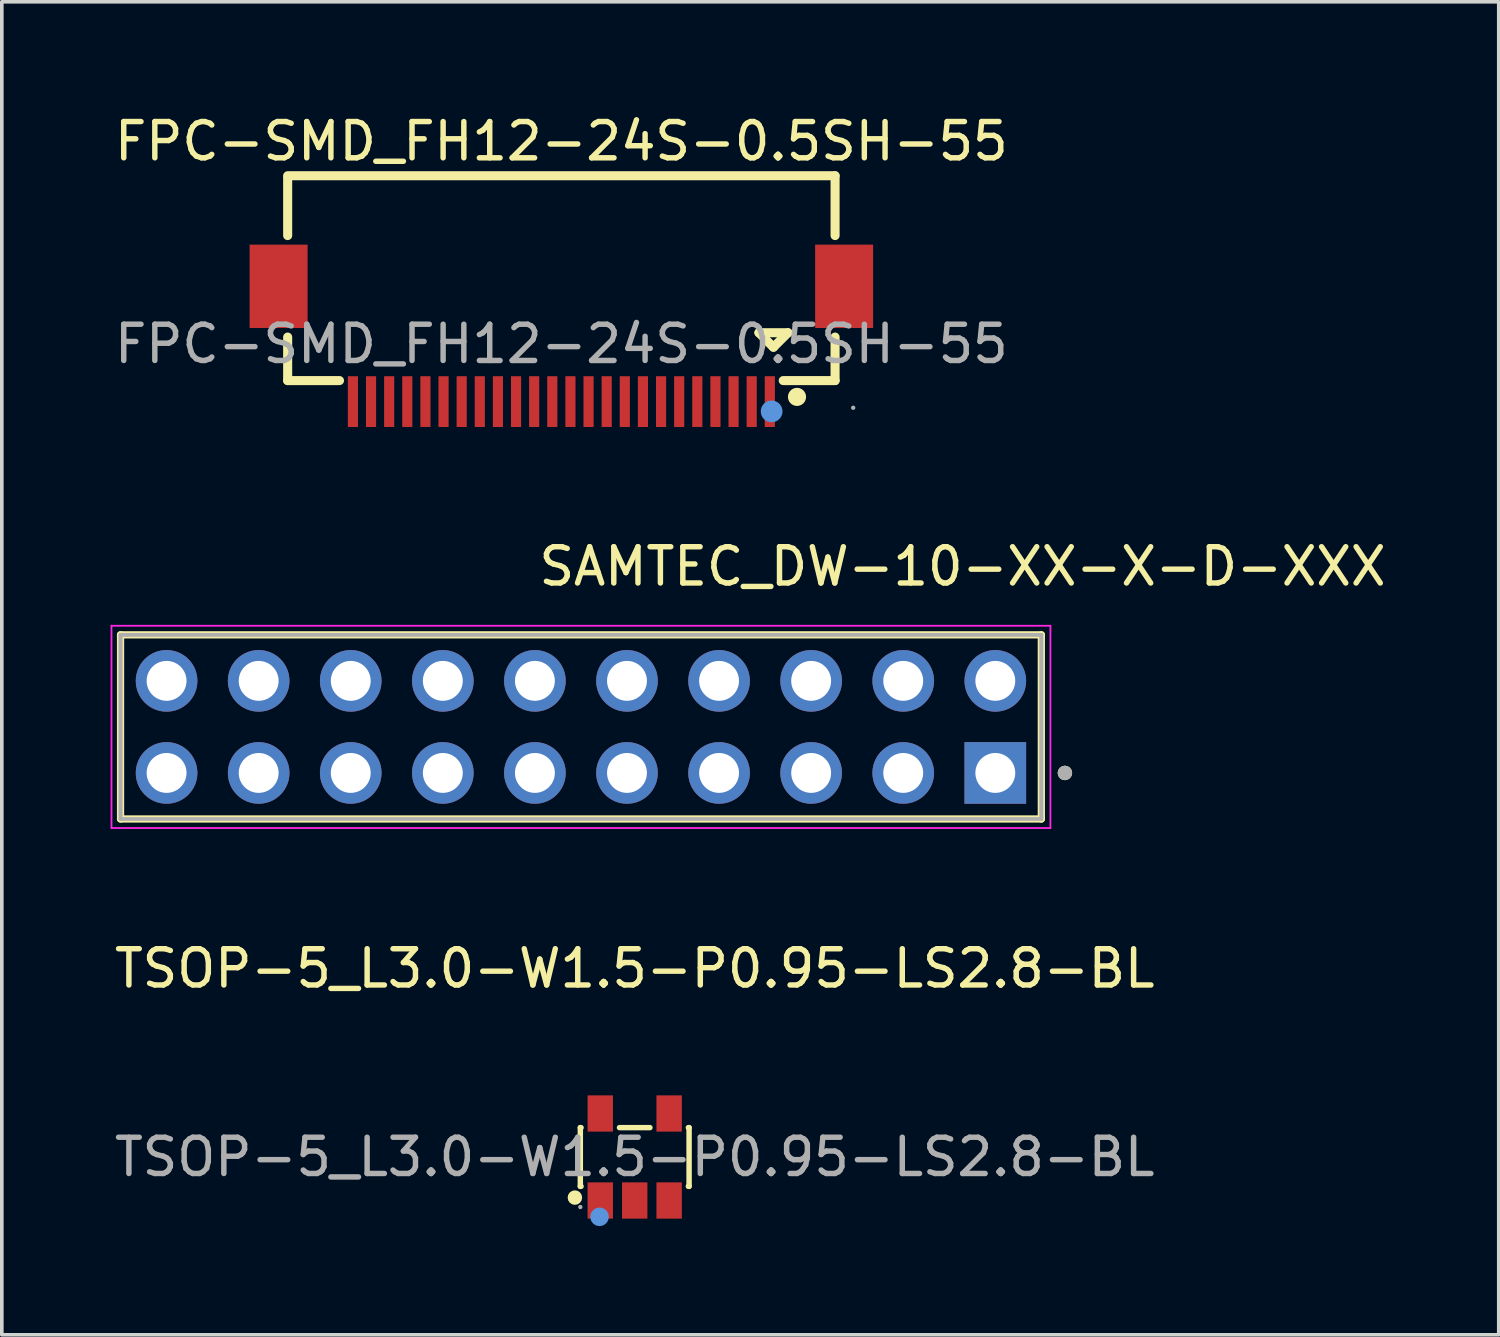
<source format=kicad_pcb>
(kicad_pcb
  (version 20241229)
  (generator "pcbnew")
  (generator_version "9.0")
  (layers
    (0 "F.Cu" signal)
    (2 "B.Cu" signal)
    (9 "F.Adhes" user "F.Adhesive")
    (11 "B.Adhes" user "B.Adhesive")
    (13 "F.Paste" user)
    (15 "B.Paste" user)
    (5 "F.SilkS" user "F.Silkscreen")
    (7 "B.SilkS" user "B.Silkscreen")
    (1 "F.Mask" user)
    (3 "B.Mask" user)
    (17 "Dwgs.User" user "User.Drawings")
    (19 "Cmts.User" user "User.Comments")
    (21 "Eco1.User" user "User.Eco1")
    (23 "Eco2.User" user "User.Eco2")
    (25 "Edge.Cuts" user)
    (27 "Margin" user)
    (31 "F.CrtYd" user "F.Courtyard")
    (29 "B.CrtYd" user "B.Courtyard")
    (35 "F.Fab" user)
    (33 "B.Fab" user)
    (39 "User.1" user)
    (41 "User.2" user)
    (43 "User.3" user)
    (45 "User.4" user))
  (footprint "TSOP-5_L3.0-W1.5-P0.95-LS2.8-BL"
    (layer "F.Cu")
    (at 14.458 28.865)
    (property "Reference" "TSOP-5_L3.0-W1.5-P0.95-LS2.8-BL" (at 0 -5.2 0) (layer "F.SilkS") (effects (font (size 1 1) (thickness 0.15))))
    (attr through_hole)
    (fp_line (start -1.5 -0.81) (end -1.48 -0.81) (stroke (width 0.15) (type solid)) (layer "F.SilkS"))
    (fp_line (start -1.5 0.81) (end -1.5 -0.81) (stroke (width 0.15) (type solid)) (layer "F.SilkS"))
    (fp_line (start -1.48 0.81) (end -1.5 0.81) (stroke (width 0.15) (type solid)) (layer "F.SilkS"))
    (fp_line (start -0.42 -0.81) (end 0.42 -0.81) (stroke (width 0.15) (type solid)) (layer "F.SilkS"))
    (fp_line (start 1.48 -0.81) (end 1.5 -0.81) (stroke (width 0.15) (type solid)) (layer "F.SilkS"))
    (fp_line (start 1.5 -0.81) (end 1.5 0.81) (stroke (width 0.15) (type solid)) (layer "F.SilkS"))
    (fp_line (start 1.5 0.81) (end 1.48 0.81) (stroke (width 0.15) (type solid)) (layer "F.SilkS"))
    (fp_circle (center -1.65 1.12) (end -1.55 1.12) (stroke (width 0.2) (type solid)) (fill no) (layer "F.SilkS"))
    (fp_circle (center -0.97 1.65) (end -0.84 1.65) (stroke (width 0.25) (type solid)) (fill no) (layer "Cmts.User"))
    (fp_circle (center -1.5 1.38) (end -1.47 1.38) (stroke (width 0.06) (type solid)) (fill no) (layer "F.Fab"))
    (fp_text user "${REFERENCE}" (at 0 0 0) (layer "F.Fab") (effects (font (size 1 1) (thickness 0.15))))
    (pad "1" smd rect (at -0.95 1.2) (size 0.7 1) (layers "F.Cu" "F.Mask" "F.Paste"))
    (pad "2" smd rect (at 0 1.2) (size 0.7 1) (layers "F.Cu" "F.Mask" "F.Paste"))
    (pad "3" smd rect (at 0.95 1.2) (size 0.7 1) (layers "F.Cu" "F.Mask" "F.Paste"))
    (pad "4" smd rect (at 0.95 -1.2) (size 0.7 1) (layers "F.Cu" "F.Mask" "F.Paste"))
    (pad "5" smd rect (at -0.95 -1.2) (size 0.7 1) (layers "F.Cu" "F.Mask" "F.Paste")))
  (footprint "SAMTEC_DW-10-XX-X-D-XXX"
    (layer "F.Cu")
    (at 24.405 18.271)
    (property "Reference" "SAMTEC_DW-10-XX-X-D-XXX" (at -0.905 -5.695 0) (layer "F.SilkS") (effects (font (size 1 1) (thickness 0.15))))
    (attr through_hole)
    (fp_line (start -24.13 -3.81) (end -24.13 1.27) (stroke (width 0.2) (type solid)) (layer "F.SilkS"))
    (fp_line (start -24.13 -3.81) (end 1.27 -3.81) (stroke (width 0.2) (type solid)) (layer "F.SilkS"))
    (fp_line (start -24.13 1.27) (end 1.27 1.27) (stroke (width 0.2) (type solid)) (layer "F.SilkS"))
    (fp_line (start 1.27 1.27) (end 1.27 -3.81) (stroke (width 0.2) (type solid)) (layer "F.SilkS"))
    (fp_circle (center 1.92 0) (end 1.82 0) (stroke (width 0.2) (type solid)) (fill no) (layer "F.SilkS"))
    (fp_line (start -24.38 -4.06) (end -24.38 1.52) (stroke (width 0.05) (type solid)) (layer "F.CrtYd"))
    (fp_line (start -24.38 1.52) (end 1.52 1.52) (stroke (width 0.05) (type solid)) (layer "F.CrtYd"))
    (fp_line (start 1.52 -4.06) (end -24.38 -4.06) (stroke (width 0.05) (type solid)) (layer "F.CrtYd"))
    (fp_line (start 1.52 1.52) (end 1.52 -4.06) (stroke (width 0.05) (type solid)) (layer "F.CrtYd"))
    (fp_line (start -24.13 -3.81) (end -24.13 1.27) (stroke (width 0.1) (type solid)) (layer "F.Fab"))
    (fp_line (start -24.13 -3.81) (end -24.13 1.27) (stroke (width 0.1) (type solid)) (layer "F.Fab"))
    (fp_line (start -24.13 1.27) (end 1.27 1.27) (stroke (width 0.1) (type solid)) (layer "F.Fab"))
    (fp_line (start 1.27 -3.81) (end -24.13 -3.81) (stroke (width 0.1) (type solid)) (layer "F.Fab"))
    (fp_line (start 1.27 -3.81) (end -24.13 -3.81) (stroke (width 0.1) (type solid)) (layer "F.Fab"))
    (fp_line (start 1.27 1.27) (end 1.27 -3.81) (stroke (width 0.1) (type solid)) (layer "F.Fab"))
    (fp_line (start 1.27 1.27) (end 1.27 -3.81) (stroke (width 0.1) (type solid)) (layer "F.Fab"))
    (fp_circle (center 1.92 0) (end 1.82 0) (stroke (width 0.2) (type solid)) (fill no) (layer "F.Fab"))
    (pad "1" thru_hole rect (at 0 0) (size 1.7 1.7) (drill 1.1) (layers "*.Cu" "*.Mask"))
    (pad "2" thru_hole circle (at 0 -2.54) (size 1.7 1.7) (drill 1.1) (layers "*.Cu" "*.Mask"))
    (pad "3" thru_hole circle (at -2.54 0) (size 1.7 1.7) (drill 1.1) (layers "*.Cu" "*.Mask"))
    (pad "4" thru_hole circle (at -2.54 -2.54) (size 1.7 1.7) (drill 1.1) (layers "*.Cu" "*.Mask"))
    (pad "5" thru_hole circle (at -5.08 0) (size 1.7 1.7) (drill 1.1) (layers "*.Cu" "*.Mask"))
    (pad "6" thru_hole circle (at -5.08 -2.54) (size 1.7 1.7) (drill 1.1) (layers "*.Cu" "*.Mask"))
    (pad "7" thru_hole circle (at -7.62 0) (size 1.7 1.7) (drill 1.1) (layers "*.Cu" "*.Mask"))
    (pad "8" thru_hole circle (at -7.62 -2.54) (size 1.7 1.7) (drill 1.1) (layers "*.Cu" "*.Mask"))
    (pad "9" thru_hole circle (at -10.16 0) (size 1.7 1.7) (drill 1.1) (layers "*.Cu" "*.Mask"))
    (pad "10" thru_hole circle (at -10.16 -2.54) (size 1.7 1.7) (drill 1.1) (layers "*.Cu" "*.Mask"))
    (pad "11" thru_hole circle (at -12.7 0) (size 1.7 1.7) (drill 1.1) (layers "*.Cu" "*.Mask"))
    (pad "12" thru_hole circle (at -12.7 -2.54) (size 1.7 1.7) (drill 1.1) (layers "*.Cu" "*.Mask"))
    (pad "13" thru_hole circle (at -15.24 0) (size 1.7 1.7) (drill 1.1) (layers "*.Cu" "*.Mask"))
    (pad "14" thru_hole circle (at -15.24 -2.54) (size 1.7 1.7) (drill 1.1) (layers "*.Cu" "*.Mask"))
    (pad "15" thru_hole circle (at -17.78 0) (size 1.7 1.7) (drill 1.1) (layers "*.Cu" "*.Mask"))
    (pad "16" thru_hole circle (at -17.78 -2.54) (size 1.7 1.7) (drill 1.1) (layers "*.Cu" "*.Mask"))
    (pad "17" thru_hole circle (at -20.32 0) (size 1.7 1.7) (drill 1.1) (layers "*.Cu" "*.Mask"))
    (pad "18" thru_hole circle (at -20.32 -2.54) (size 1.7 1.7) (drill 1.1) (layers "*.Cu" "*.Mask"))
    (pad "19" thru_hole circle (at -22.86 0) (size 1.7 1.7) (drill 1.1) (layers "*.Cu" "*.Mask"))
    (pad "20" thru_hole circle (at -22.86 -2.54) (size 1.7 1.7) (drill 1.1) (layers "*.Cu" "*.Mask")))
  (footprint "FPC-SMD_FH12-24S-0.5SH-55"
    (layer "F.Cu")
    (at 12.435 6.438)
    (property "Reference" "FPC-SMD_FH12-24S-0.5SH-55" (at 0 -5.59 0) (layer "F.SilkS") (effects (font (size 1 1) (thickness 0.15))))
    (attr through_hole)
    (fp_line (start -7.55 -4.64) (end 7.55 -4.64) (stroke (width 0.25) (type solid)) (layer "F.SilkS"))
    (fp_line (start -7.55 -2.99) (end -7.55 -4.59) (stroke (width 0.25) (type solid)) (layer "F.SilkS"))
    (fp_line (start -7.55 1.01) (end -7.55 -0.19) (stroke (width 0.25) (type solid)) (layer "F.SilkS"))
    (fp_line (start -6.12 1.01) (end -7.55 1.01) (stroke (width 0.25) (type solid)) (layer "F.SilkS"))
    (fp_line (start 5.45 -0.31) (end 6.25 -0.31) (stroke (width 0.25) (type solid)) (layer "F.SilkS"))
    (fp_line (start 5.85 0.09) (end 5.45 -0.31) (stroke (width 0.25) (type solid)) (layer "F.SilkS"))
    (fp_line (start 6.25 -0.31) (end 5.85 0.09) (stroke (width 0.25) (type solid)) (layer "F.SilkS"))
    (fp_line (start 7.55 -4.64) (end 7.55 -2.99) (stroke (width 0.25) (type solid)) (layer "F.SilkS"))
    (fp_line (start 7.55 -0.19) (end 7.55 1.01) (stroke (width 0.25) (type solid)) (layer "F.SilkS"))
    (fp_line (start 7.55 1.01) (end 6.12 1.01) (stroke (width 0.25) (type solid)) (layer "F.SilkS"))
    (fp_arc (start 6.5 1.46) (mid 6.5 1.46) (end 6.5 1.46) (stroke (width 0.25) (type solid)) (layer "F.SilkS"))
    (fp_circle (center 5.8 1.86) (end 5.95 1.86) (stroke (width 0.3) (type solid)) (fill no) (layer "Cmts.User"))
    (fp_circle (center 8.05 1.76) (end 8.08 1.76) (stroke (width 0.06) (type solid)) (fill no) (layer "F.Fab"))
    (fp_text user "${REFERENCE}" (at 0 0 0) (layer "F.Fab") (effects (font (size 1 1) (thickness 0.15))))
    (pad "1" smd rect (at 5.75 1.59) (size 0.28 1.4) (layers "F.Cu" "F.Mask" "F.Paste"))
    (pad "2" smd rect (at 5.25 1.59) (size 0.28 1.4) (layers "F.Cu" "F.Mask" "F.Paste"))
    (pad "3" smd rect (at 4.75 1.59) (size 0.28 1.4) (layers "F.Cu" "F.Mask" "F.Paste"))
    (pad "4" smd rect (at 4.25 1.59) (size 0.28 1.4) (layers "F.Cu" "F.Mask" "F.Paste"))
    (pad "5" smd rect (at 3.75 1.59) (size 0.28 1.4) (layers "F.Cu" "F.Mask" "F.Paste"))
    (pad "6" smd rect (at 3.25 1.59) (size 0.28 1.4) (layers "F.Cu" "F.Mask" "F.Paste"))
    (pad "7" smd rect (at 2.75 1.59) (size 0.28 1.4) (layers "F.Cu" "F.Mask" "F.Paste"))
    (pad "8" smd rect (at 2.25 1.59) (size 0.28 1.4) (layers "F.Cu" "F.Mask" "F.Paste"))
    (pad "9" smd rect (at 1.75 1.59) (size 0.28 1.4) (layers "F.Cu" "F.Mask" "F.Paste"))
    (pad "10" smd rect (at 1.25 1.59) (size 0.28 1.4) (layers "F.Cu" "F.Mask" "F.Paste"))
    (pad "11" smd rect (at 0.75 1.59) (size 0.28 1.4) (layers "F.Cu" "F.Mask" "F.Paste"))
    (pad "12" smd rect (at 0.25 1.59) (size 0.28 1.4) (layers "F.Cu" "F.Mask" "F.Paste"))
    (pad "13" smd rect (at -0.25 1.59) (size 0.28 1.4) (layers "F.Cu" "F.Mask" "F.Paste"))
    (pad "14" smd rect (at -0.75 1.59) (size 0.28 1.4) (layers "F.Cu" "F.Mask" "F.Paste"))
    (pad "15" smd rect (at -1.25 1.59) (size 0.28 1.4) (layers "F.Cu" "F.Mask" "F.Paste"))
    (pad "16" smd rect (at -1.75 1.59) (size 0.28 1.4) (layers "F.Cu" "F.Mask" "F.Paste"))
    (pad "17" smd rect (at -2.25 1.59) (size 0.28 1.4) (layers "F.Cu" "F.Mask" "F.Paste"))
    (pad "18" smd rect (at -2.75 1.59) (size 0.28 1.4) (layers "F.Cu" "F.Mask" "F.Paste"))
    (pad "19" smd rect (at -3.25 1.59) (size 0.28 1.4) (layers "F.Cu" "F.Mask" "F.Paste"))
    (pad "20" smd rect (at -3.75 1.59) (size 0.28 1.4) (layers "F.Cu" "F.Mask" "F.Paste"))
    (pad "21" smd rect (at -4.25 1.59) (size 0.28 1.4) (layers "F.Cu" "F.Mask" "F.Paste"))
    (pad "22" smd rect (at -4.75 1.59) (size 0.28 1.4) (layers "F.Cu" "F.Mask" "F.Paste"))
    (pad "23" smd rect (at -5.25 1.59) (size 0.28 1.4) (layers "F.Cu" "F.Mask" "F.Paste"))
    (pad "24" smd rect (at -5.75 1.59) (size 0.28 1.4) (layers "F.Cu" "F.Mask" "F.Paste"))
    (pad "25" smd rect (at 7.8 -1.59) (size 1.6 2.3) (layers "F.Cu" "F.Mask" "F.Paste"))
    (pad "26" smd rect (at -7.8 -1.59) (size 1.6 2.3) (layers "F.Cu" "F.Mask" "F.Paste")))
  (gr_rect
    (start -3 -3)
    (end 38.292 33.77)
    (stroke (width 0.1) (type default))
    (fill no)
    (layer "Edge.Cuts")))
</source>
